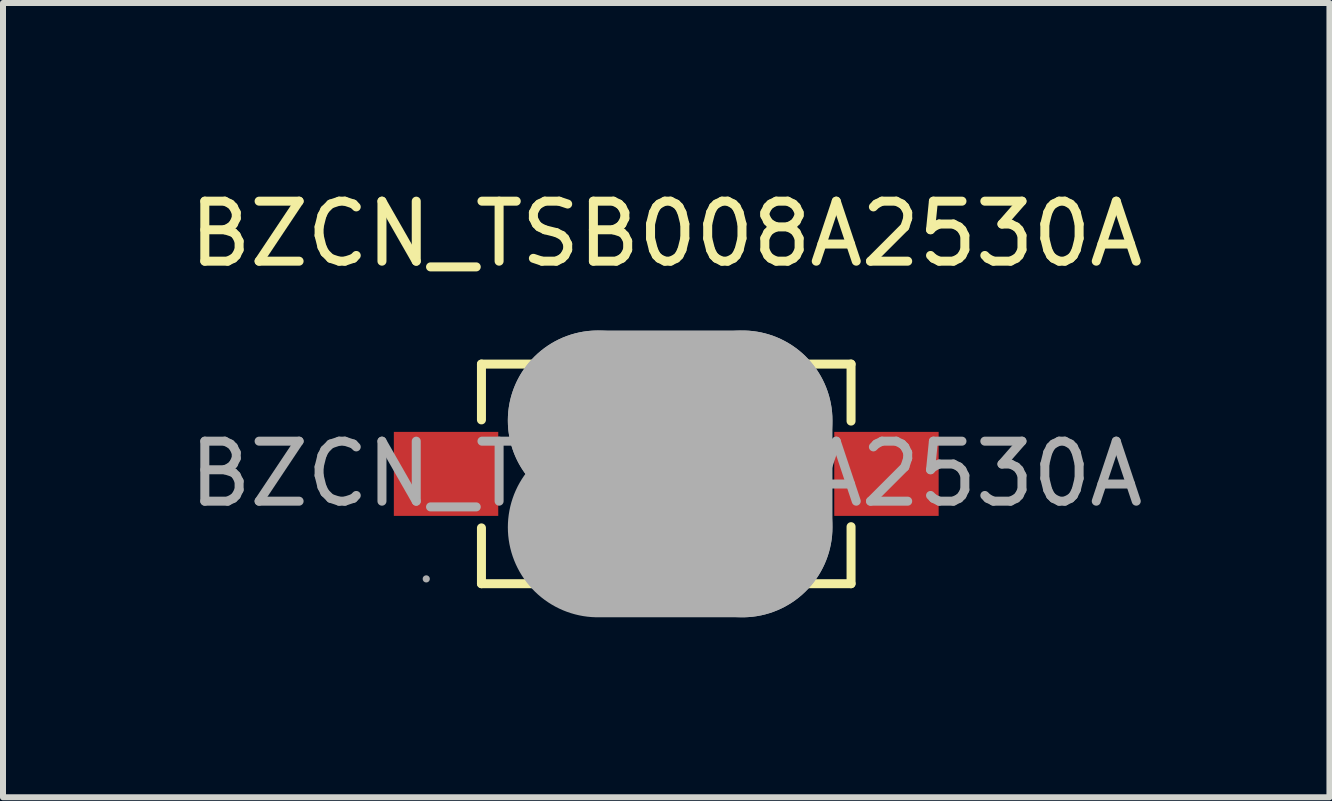
<source format=kicad_pcb>
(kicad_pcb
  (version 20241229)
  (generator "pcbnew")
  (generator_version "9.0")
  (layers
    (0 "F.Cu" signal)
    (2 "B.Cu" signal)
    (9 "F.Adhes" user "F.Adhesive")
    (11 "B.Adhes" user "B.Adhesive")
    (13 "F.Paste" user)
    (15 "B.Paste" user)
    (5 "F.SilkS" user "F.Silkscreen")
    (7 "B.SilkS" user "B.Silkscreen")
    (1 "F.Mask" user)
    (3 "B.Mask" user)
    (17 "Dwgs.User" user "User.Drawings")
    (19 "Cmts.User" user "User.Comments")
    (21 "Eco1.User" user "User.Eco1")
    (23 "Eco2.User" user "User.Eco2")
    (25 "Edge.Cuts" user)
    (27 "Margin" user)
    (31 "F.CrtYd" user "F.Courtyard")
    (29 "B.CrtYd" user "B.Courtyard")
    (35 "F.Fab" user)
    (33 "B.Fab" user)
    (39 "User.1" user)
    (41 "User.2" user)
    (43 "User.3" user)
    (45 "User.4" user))
  (footprint "BZCN_TSB008A2530A"
    (layer "F.Cu")
    (at 8.054 4.848)
    (property "Reference" "BZCN_TSB008A2530A" (at 0 -4 0) (layer "F.SilkS") (effects (font (size 1 1) (thickness 0.15))))
    (attr smd)
    (fp_line (start -3.08 -1.83) (end -3.08 -0.9) (stroke (width 0.15) (type solid)) (layer "F.SilkS"))
    (fp_line (start -3.08 1.83) (end -3.08 0.9) (stroke (width 0.15) (type solid)) (layer "F.SilkS"))
    (fp_line (start 3.08 -1.83) (end -3.08 -1.83) (stroke (width 0.15) (type solid)) (layer "F.SilkS"))
    (fp_line (start 3.08 -1.83) (end 3.08 -0.88) (stroke (width 0.15) (type solid)) (layer "F.SilkS"))
    (fp_line (start 3.08 0.88) (end 3.08 1.83) (stroke (width 0.15) (type solid)) (layer "F.SilkS"))
    (fp_line (start 3.08 1.83) (end -3.08 1.83) (stroke (width 0.15) (type solid)) (layer "F.SilkS"))
    (fp_line (start -1.14 -0.89) (end -1.14 -0.89) (stroke (width 3) (type solid)) (layer "F.Fab"))
    (fp_line (start -1.14 -0.89) (end 1.27 -0.89) (stroke (width 3) (type solid)) (layer "F.Fab"))
    (fp_line (start 1.27 -0.89) (end 1.27 0.89) (stroke (width 3) (type solid)) (layer "F.Fab"))
    (fp_line (start 1.27 0.89) (end -1.14 0.89) (stroke (width 3) (type solid)) (layer "F.Fab"))
    (fp_circle (center -4 1.75) (end -3.97 1.75) (stroke (width 0.06) (type solid)) (fill no) (layer "F.Fab"))
    (fp_text user "${REFERENCE}" (at 0 0 0) (layer "F.Fab") (effects (font (size 1 1) (thickness 0.15))))
    (pad "1" smd rect (at -3.67 0) (size 1.74 1.4) (layers "F.Cu" "F.Mask" "F.Paste"))
    (pad "2" smd rect (at 3.67 0) (size 1.74 1.4) (layers "F.Cu" "F.Mask" "F.Paste")))
  (gr_rect
    (start -3 -3)
    (end 19.107 10.238)
    (stroke (width 0.1) (type default))
    (fill no)
    (layer "Edge.Cuts")))
</source>
